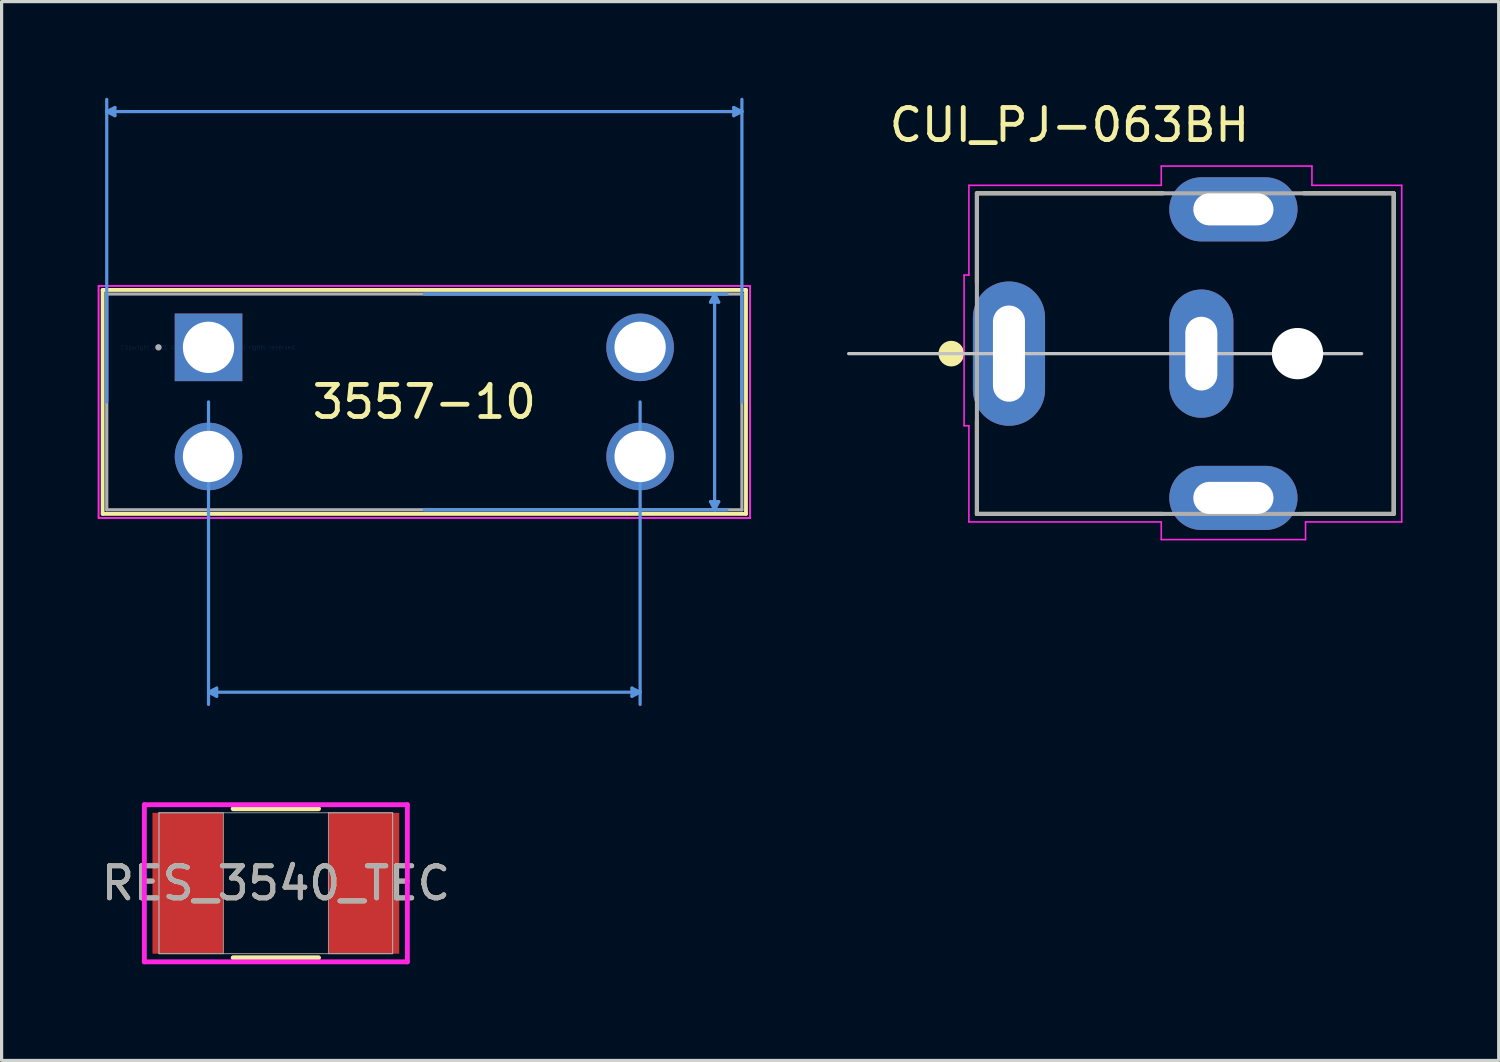
<source format=kicad_pcb>
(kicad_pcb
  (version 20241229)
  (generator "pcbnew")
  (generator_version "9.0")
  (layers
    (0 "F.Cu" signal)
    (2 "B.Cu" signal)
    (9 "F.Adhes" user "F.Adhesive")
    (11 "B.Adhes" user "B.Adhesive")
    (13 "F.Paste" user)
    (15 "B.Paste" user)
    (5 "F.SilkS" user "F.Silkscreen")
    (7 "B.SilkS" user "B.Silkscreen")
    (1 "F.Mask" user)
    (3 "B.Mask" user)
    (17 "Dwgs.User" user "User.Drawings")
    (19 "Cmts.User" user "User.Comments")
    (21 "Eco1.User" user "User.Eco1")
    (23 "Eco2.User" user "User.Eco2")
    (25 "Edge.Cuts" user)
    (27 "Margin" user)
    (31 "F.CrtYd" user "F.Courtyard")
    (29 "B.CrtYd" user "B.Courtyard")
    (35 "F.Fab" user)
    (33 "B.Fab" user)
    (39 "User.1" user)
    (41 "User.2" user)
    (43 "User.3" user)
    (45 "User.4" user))
  (footprint "RES_3540_TEC"
    (layer "F.Cu")
    (at 5.554 24.5)
    (property "Reference" "RES_3540_TEC" (at 0 0 0) (unlocked yes) (layer "F.SilkS") (effects (font (size 1 1) (thickness 0.15))))
    (attr smd)
    (fp_line (start -1.331 2.324) (end 1.331 2.324) (stroke (width 0.152) (type solid)) (layer "F.SilkS"))
    (fp_line (start 1.331 -2.324) (end -1.331 -2.324) (stroke (width 0.152) (type solid)) (layer "F.SilkS"))
    (fp_line (start -4.102 -2.451) (end 4.102 -2.451) (stroke (width 0.152) (type solid)) (layer "F.CrtYd"))
    (fp_line (start -4.102 2.451) (end -4.102 -2.451) (stroke (width 0.152) (type solid)) (layer "F.CrtYd"))
    (fp_line (start 4.102 -2.451) (end 4.102 2.451) (stroke (width 0.152) (type solid)) (layer "F.CrtYd"))
    (fp_line (start 4.102 2.451) (end -4.102 2.451) (stroke (width 0.152) (type solid)) (layer "F.CrtYd"))
    (fp_line (start -3.645 -2.197) (end -3.645 2.197) (stroke (width 0.025) (type solid)) (layer "F.Fab"))
    (fp_line (start -3.645 -2.197) (end -3.645 2.197) (stroke (width 0.025) (type solid)) (layer "F.Fab"))
    (fp_line (start -3.645 2.197) (end -1.638 2.197) (stroke (width 0.025) (type solid)) (layer "F.Fab"))
    (fp_line (start -3.645 2.197) (end 3.645 2.197) (stroke (width 0.025) (type solid)) (layer "F.Fab"))
    (fp_line (start -1.638 -2.197) (end -3.645 -2.197) (stroke (width 0.025) (type solid)) (layer "F.Fab"))
    (fp_line (start -1.638 2.197) (end -1.638 -2.197) (stroke (width 0.025) (type solid)) (layer "F.Fab"))
    (fp_line (start 1.638 -2.197) (end 1.638 2.197) (stroke (width 0.025) (type solid)) (layer "F.Fab"))
    (fp_line (start 1.638 2.197) (end 3.645 2.197) (stroke (width 0.025) (type solid)) (layer "F.Fab"))
    (fp_line (start 3.645 -2.197) (end -3.645 -2.197) (stroke (width 0.025) (type solid)) (layer "F.Fab"))
    (fp_line (start 3.645 -2.197) (end 1.638 -2.197) (stroke (width 0.025) (type solid)) (layer "F.Fab"))
    (fp_line (start 3.645 2.197) (end 3.645 -2.197) (stroke (width 0.025) (type solid)) (layer "F.Fab"))
    (fp_line (start 3.645 2.197) (end 3.645 -2.197) (stroke (width 0.025) (type solid)) (layer "F.Fab"))
    (fp_text user "${REFERENCE}" (at 0 0 0) (unlocked yes) (layer "F.Fab") (effects (font (size 1 1) (thickness 0.15))))
    (pad "1" smd rect (at -2.743 0) (size 2.21 4.394) (layers "F.Cu" "F.Mask" "F.Paste"))
    (pad "2" smd rect (at 2.743 0) (size 2.21 4.394) (layers "F.Cu" "F.Mask" "F.Paste"))
    (zone (net_name "") (layer "F.Cu") (hatch full 0.508) (connect_pads) (min_thickness 0.254) (filled_areas_thickness no) (keepout (tracks not_allowed) (vias not_allowed) (pads allowed) (copperpour not_allowed) (footprints allowed)) (placement (enabled no)) (fill) (polygon (pts (xy 3.966 22.353) (xy 7.141 22.353) (xy 7.141 26.646) (xy 3.966 26.646)))))
  (footprint "3557-10"
    (layer "F.Cu")
    (at 3.454 7.784)
    (property "Reference" "3557-10" (at 6.731 1.702 0) (layer "F.SilkS") (effects (font (size 1 1) (thickness 0.15))))
    (attr through_hole)
    (fp_line (start -3.302 -1.791) (end -3.302 5.194) (stroke (width 0.12) (type solid)) (layer "F.SilkS"))
    (fp_line (start 16.764 -1.791) (end -3.302 -1.791) (stroke (width 0.12) (type solid)) (layer "F.SilkS"))
    (fp_line (start 16.764 -1.791) (end 16.764 5.194) (stroke (width 0.12) (type solid)) (layer "F.SilkS"))
    (fp_line (start 16.764 5.194) (end -3.302 5.194) (stroke (width 0.12) (type solid)) (layer "F.SilkS"))
    (fp_line (start -3.175 -7.353) (end -2.921 -7.48) (stroke (width 0.1) (type solid)) (layer "Cmts.User"))
    (fp_line (start -3.175 -7.353) (end -2.921 -7.226) (stroke (width 0.1) (type solid)) (layer "Cmts.User"))
    (fp_line (start -3.175 -7.353) (end 16.637 -7.353) (stroke (width 0.1) (type solid)) (layer "Cmts.User"))
    (fp_line (start -3.175 1.702) (end -3.175 -7.734) (stroke (width 0.1) (type solid)) (layer "Cmts.User"))
    (fp_line (start -2.921 -7.48) (end -2.921 -7.226) (stroke (width 0.1) (type solid)) (layer "Cmts.User"))
    (fp_line (start 0 1.702) (end 0 11.138) (stroke (width 0.1) (type solid)) (layer "Cmts.User"))
    (fp_line (start 0 10.757) (end 0.254 10.63) (stroke (width 0.1) (type solid)) (layer "Cmts.User"))
    (fp_line (start 0 10.757) (end 0.254 10.884) (stroke (width 0.1) (type solid)) (layer "Cmts.User"))
    (fp_line (start 0 10.757) (end 13.462 10.757) (stroke (width 0.1) (type solid)) (layer "Cmts.User"))
    (fp_line (start 0.254 10.63) (end 0.254 10.884) (stroke (width 0.1) (type solid)) (layer "Cmts.User"))
    (fp_line (start 6.731 -1.664) (end 16.167 -1.664) (stroke (width 0.1) (type solid)) (layer "Cmts.User"))
    (fp_line (start 6.731 5.067) (end 16.167 5.067) (stroke (width 0.1) (type solid)) (layer "Cmts.User"))
    (fp_line (start 13.208 10.63) (end 13.208 10.884) (stroke (width 0.1) (type solid)) (layer "Cmts.User"))
    (fp_line (start 13.462 1.702) (end 13.462 11.138) (stroke (width 0.1) (type solid)) (layer "Cmts.User"))
    (fp_line (start 13.462 10.757) (end 13.208 10.63) (stroke (width 0.1) (type solid)) (layer "Cmts.User"))
    (fp_line (start 13.462 10.757) (end 13.208 10.884) (stroke (width 0.1) (type solid)) (layer "Cmts.User"))
    (fp_line (start 15.659 -1.41) (end 15.913 -1.41) (stroke (width 0.1) (type solid)) (layer "Cmts.User"))
    (fp_line (start 15.659 4.813) (end 15.913 4.813) (stroke (width 0.1) (type solid)) (layer "Cmts.User"))
    (fp_line (start 15.786 -1.664) (end 15.659 -1.41) (stroke (width 0.1) (type solid)) (layer "Cmts.User"))
    (fp_line (start 15.786 -1.664) (end 15.786 5.067) (stroke (width 0.1) (type solid)) (layer "Cmts.User"))
    (fp_line (start 15.786 -1.664) (end 15.913 -1.41) (stroke (width 0.1) (type solid)) (layer "Cmts.User"))
    (fp_line (start 15.786 5.067) (end 15.659 4.813) (stroke (width 0.1) (type solid)) (layer "Cmts.User"))
    (fp_line (start 15.786 5.067) (end 15.913 4.813) (stroke (width 0.1) (type solid)) (layer "Cmts.User"))
    (fp_line (start 16.383 -7.48) (end 16.383 -7.226) (stroke (width 0.1) (type solid)) (layer "Cmts.User"))
    (fp_line (start 16.637 -7.353) (end 16.383 -7.48) (stroke (width 0.1) (type solid)) (layer "Cmts.User"))
    (fp_line (start 16.637 -7.353) (end 16.383 -7.226) (stroke (width 0.1) (type solid)) (layer "Cmts.User"))
    (fp_line (start 16.637 1.702) (end 16.637 -7.734) (stroke (width 0.1) (type solid)) (layer "Cmts.User"))
    (fp_line (start -3.429 -1.918) (end 16.891 -1.918) (stroke (width 0.05) (type solid)) (layer "F.CrtYd"))
    (fp_line (start -3.429 -1.918) (end 16.891 -1.918) (stroke (width 0.05) (type solid)) (layer "F.CrtYd"))
    (fp_line (start -3.429 5.321) (end -3.429 -1.918) (stroke (width 0.05) (type solid)) (layer "F.CrtYd"))
    (fp_line (start -3.429 5.321) (end -3.429 -1.918) (stroke (width 0.05) (type solid)) (layer "F.CrtYd"))
    (fp_line (start 16.891 -1.918) (end 16.891 5.321) (stroke (width 0.05) (type solid)) (layer "F.CrtYd"))
    (fp_line (start 16.891 -1.918) (end 16.891 5.321) (stroke (width 0.05) (type solid)) (layer "F.CrtYd"))
    (fp_line (start 16.891 5.321) (end -3.429 5.321) (stroke (width 0.05) (type solid)) (layer "F.CrtYd"))
    (fp_line (start 16.891 5.321) (end -3.429 5.321) (stroke (width 0.05) (type solid)) (layer "F.CrtYd"))
    (fp_line (start -3.175 -1.664) (end -3.175 5.067) (stroke (width 0.1) (type solid)) (layer "F.Fab"))
    (fp_line (start 16.637 -1.664) (end -3.175 -1.664) (stroke (width 0.1) (type solid)) (layer "F.Fab"))
    (fp_line (start 16.637 -1.664) (end 16.637 5.067) (stroke (width 0.1) (type solid)) (layer "F.Fab"))
    (fp_line (start 16.637 5.067) (end -3.175 5.067) (stroke (width 0.1) (type solid)) (layer "F.Fab"))
    (fp_circle (center -1.562 0) (end -1.562 0) (stroke (width 0.1) (type solid)) (fill no) (layer "F.Fab"))
    (fp_text user "*" (at 0 0 0) (layer "F.SilkS") (effects (font (size 1 1) (thickness 0.15))))
    (fp_text user "Copyright 2021 Accelerated Designs. All rights reserved." (at 0 0 0) (layer "Cmts.User") (effects (font (size 0.127 0.127) (thickness 0.002))))
    (fp_text user "*" (at 0 0 0) (layer "F.Fab") (effects (font (size 1 1) (thickness 0.15))))
    (pad "1" thru_hole rect (at 0 0) (size 2.108 2.108) (drill 1.6) (layers "*.Cu" "*.Mask"))
    (pad "2" thru_hole circle (at 0 3.404) (size 2.108 2.108) (drill 1.6) (layers "*.Cu" "*.Mask"))
    (pad "3" thru_hole circle (at 13.462 3.404) (size 2.108 2.108) (drill 1.6) (layers "*.Cu" "*.Mask"))
    (pad "4" thru_hole circle (at 13.462 0) (size 2.108 2.108) (drill 1.6) (layers "*.Cu" "*.Mask")))
  (footprint "CUI_PJ-063BH"
    (layer "F.Cu")
    (at 28.421 7.98)
    (property "Reference" "CUI_PJ-063BH" (at 1.887 -7.132 0) (layer "F.SilkS") (effects (font (size 1.001 1.001) (thickness 0.15))))
    (attr through_hole)
    (fp_line (start -1 -5) (end 4.8 -5) (stroke (width 0.127) (type solid)) (layer "F.SilkS"))
    (fp_line (start -1 -2.2) (end -1 -5) (stroke (width 0.127) (type solid)) (layer "F.SilkS"))
    (fp_line (start -1 5) (end -1 2.1) (stroke (width 0.127) (type solid)) (layer "F.SilkS"))
    (fp_line (start 4.8 5) (end -1 5) (stroke (width 0.127) (type solid)) (layer "F.SilkS"))
    (fp_line (start 9.2 -5) (end 12 -5) (stroke (width 0.127) (type solid)) (layer "F.SilkS"))
    (fp_line (start 12 -5) (end 12 5) (stroke (width 0.127) (type solid)) (layer "F.SilkS"))
    (fp_line (start 12 5) (end 9.2 5) (stroke (width 0.127) (type solid)) (layer "F.SilkS"))
    (fp_circle (center -1.8 0) (end -1.6 0) (stroke (width 0.4) (type solid)) (fill no) (layer "F.SilkS"))
    (fp_line (start -5 0) (end 11 0) (stroke (width 0.102) (type solid)) (layer "Dwgs.User"))
    (fp_line (start -1.4 -2.45) (end -1.25 -2.45) (stroke (width 0.05) (type solid)) (layer "F.CrtYd"))
    (fp_line (start -1.4 2.25) (end -1.4 -2.45) (stroke (width 0.05) (type solid)) (layer "F.CrtYd"))
    (fp_line (start -1.25 -5.25) (end 4.75 -5.25) (stroke (width 0.05) (type solid)) (layer "F.CrtYd"))
    (fp_line (start -1.25 -2.45) (end -1.25 -5.25) (stroke (width 0.05) (type solid)) (layer "F.CrtYd"))
    (fp_line (start -1.25 2.25) (end -1.4 2.25) (stroke (width 0.05) (type solid)) (layer "F.CrtYd"))
    (fp_line (start -1.25 5.25) (end -1.25 2.25) (stroke (width 0.05) (type solid)) (layer "F.CrtYd"))
    (fp_line (start 4.75 -5.85) (end 9.45 -5.85) (stroke (width 0.05) (type solid)) (layer "F.CrtYd"))
    (fp_line (start 4.75 -5.25) (end 4.75 -5.85) (stroke (width 0.05) (type solid)) (layer "F.CrtYd"))
    (fp_line (start 4.75 5.25) (end -1.25 5.25) (stroke (width 0.05) (type solid)) (layer "F.CrtYd"))
    (fp_line (start 4.75 5.8) (end 4.75 5.25) (stroke (width 0.05) (type solid)) (layer "F.CrtYd"))
    (fp_line (start 9.25 5.25) (end 9.25 5.8) (stroke (width 0.05) (type solid)) (layer "F.CrtYd"))
    (fp_line (start 9.25 5.8) (end 4.75 5.8) (stroke (width 0.05) (type solid)) (layer "F.CrtYd"))
    (fp_line (start 9.45 -5.85) (end 9.45 -5.25) (stroke (width 0.05) (type solid)) (layer "F.CrtYd"))
    (fp_line (start 9.45 -5.25) (end 12.25 -5.25) (stroke (width 0.05) (type solid)) (layer "F.CrtYd"))
    (fp_line (start 12.25 -5.25) (end 12.25 5.25) (stroke (width 0.05) (type solid)) (layer "F.CrtYd"))
    (fp_line (start 12.25 5.25) (end 9.25 5.25) (stroke (width 0.05) (type solid)) (layer "F.CrtYd"))
    (fp_line (start -1 -5) (end 12 -5) (stroke (width 0.127) (type solid)) (layer "F.Fab"))
    (fp_line (start -1 5) (end -1 -5) (stroke (width 0.127) (type solid)) (layer "F.Fab"))
    (fp_line (start 12 -5) (end 12 5) (stroke (width 0.127) (type solid)) (layer "F.Fab"))
    (fp_line (start 12 5) (end -1 5) (stroke (width 0.127) (type solid)) (layer "F.Fab"))
    (pad "" np_thru_hole circle (at 9 0) (size 1.6 1.6) (drill 1.6) (layers "*.Cu" "*.Mask"))
    (pad "1" thru_hole oval (at 0 0) (size 2.25 4.5) (drill oval 1 3) (layers "*.Cu" "*.Mask"))
    (pad "2" thru_hole oval (at 6 0) (size 2 4) (drill oval 1 2.3) (layers "*.Cu" "*.Mask"))
    (pad "S1" thru_hole oval (at 7 -4.5) (size 4 2) (drill oval 2.5 1) (layers "*.Cu" "*.Mask"))
    (pad "S2" thru_hole oval (at 7 4.5) (size 4 2) (drill oval 2.5 1) (layers "*.Cu" "*.Mask")))
  (gr_rect
    (start -3 -3)
    (end 43.696 30.027)
    (stroke (width 0.1) (type default))
    (fill no)
    (layer "Edge.Cuts")))
</source>
